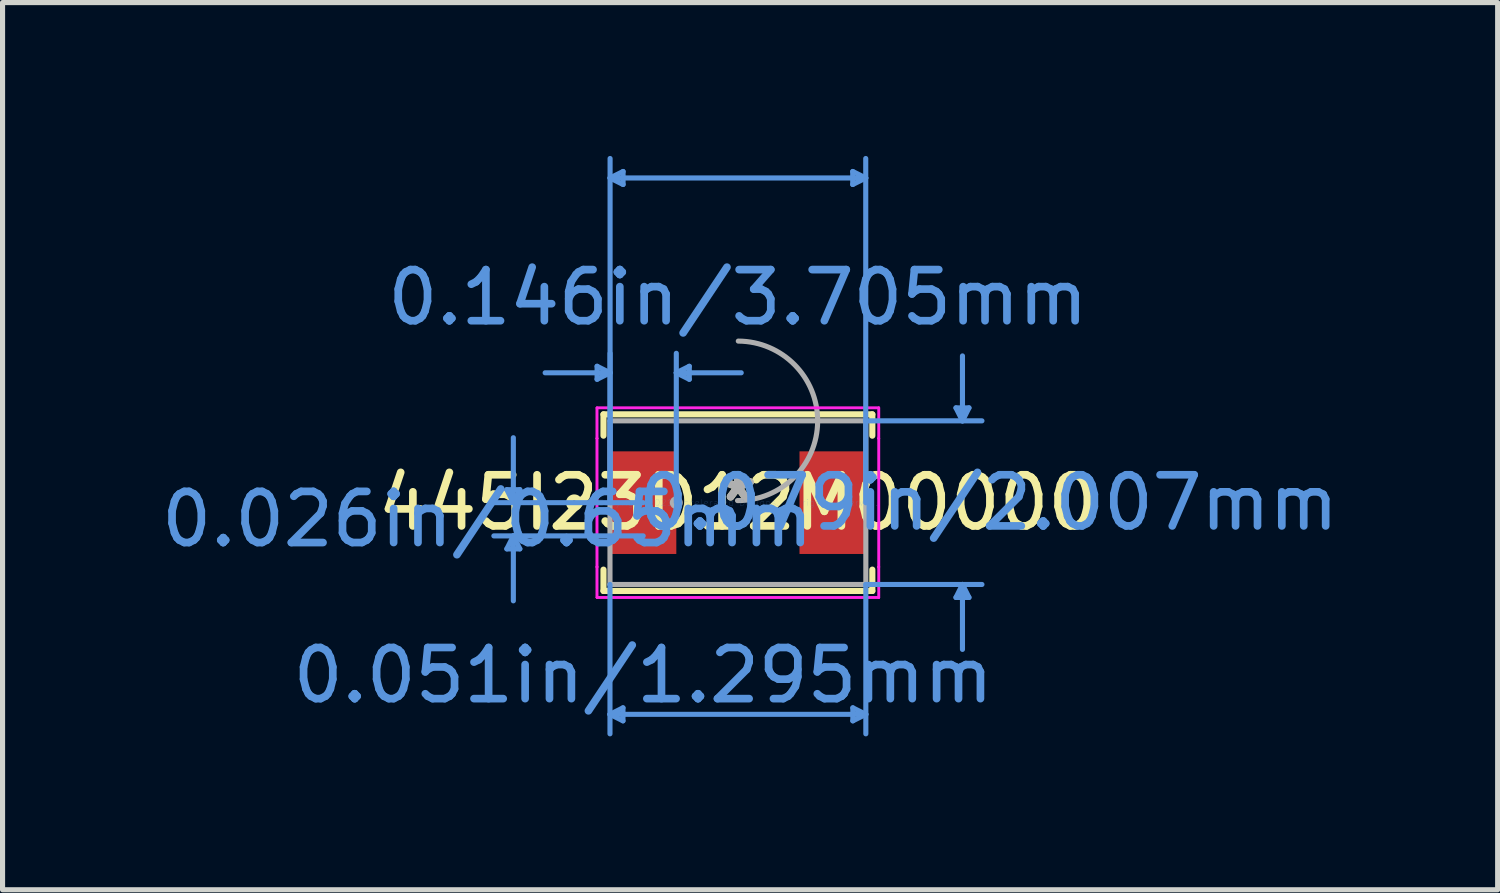
<source format=kicad_pcb>
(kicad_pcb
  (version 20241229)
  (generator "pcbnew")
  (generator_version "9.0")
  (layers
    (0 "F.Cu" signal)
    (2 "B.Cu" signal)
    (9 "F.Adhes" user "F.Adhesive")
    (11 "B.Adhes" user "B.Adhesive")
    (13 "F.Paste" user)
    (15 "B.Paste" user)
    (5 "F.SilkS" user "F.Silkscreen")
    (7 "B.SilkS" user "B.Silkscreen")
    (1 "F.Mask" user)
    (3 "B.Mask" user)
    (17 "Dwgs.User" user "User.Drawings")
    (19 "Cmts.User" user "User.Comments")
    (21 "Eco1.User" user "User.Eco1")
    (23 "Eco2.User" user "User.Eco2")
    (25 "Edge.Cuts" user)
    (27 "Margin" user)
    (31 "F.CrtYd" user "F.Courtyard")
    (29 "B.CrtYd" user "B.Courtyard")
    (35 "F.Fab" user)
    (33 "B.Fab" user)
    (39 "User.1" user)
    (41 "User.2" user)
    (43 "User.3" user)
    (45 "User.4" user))
  (footprint "445I23D12M00000"
    (layer "F.Cu")
    (at 11.382 6.781)
    (property "Reference" "445I23D12M00000" (at 0 0 0) (layer "F.SilkS") (effects (font (size 1 1) (thickness 0.15))))
    (attr through_hole)
    (fp_line (start -2.629 -1.727) (end -2.629 -1.31) (stroke (width 0.12) (type solid)) (layer "F.SilkS"))
    (fp_line (start -2.629 1.31) (end -2.629 1.727) (stroke (width 0.12) (type solid)) (layer "F.SilkS"))
    (fp_line (start -2.629 1.727) (end 2.629 1.727) (stroke (width 0.12) (type solid)) (layer "F.SilkS"))
    (fp_line (start 2.629 -1.727) (end -2.629 -1.727) (stroke (width 0.12) (type solid)) (layer "F.SilkS"))
    (fp_line (start 2.629 -1.31) (end 2.629 -1.727) (stroke (width 0.12) (type solid)) (layer "F.SilkS"))
    (fp_line (start 2.629 1.727) (end 2.629 1.31) (stroke (width 0.12) (type solid)) (layer "F.SilkS"))
    (fp_circle (center -3.201 0) (end -3.099 0) (stroke (width 0.12) (type solid)) (fill no) (layer "F.SilkS"))
    (fp_line (start -4.519 -0.254) (end -4.265 -0.254) (stroke (width 0.1) (type solid)) (layer "Cmts.User"))
    (fp_line (start -4.519 0.904) (end -4.265 0.904) (stroke (width 0.1) (type solid)) (layer "Cmts.User"))
    (fp_line (start -4.392 0) (end -4.519 -0.254) (stroke (width 0.1) (type solid)) (layer "Cmts.User"))
    (fp_line (start -4.392 0) (end -4.392 -1.27) (stroke (width 0.1) (type solid)) (layer "Cmts.User"))
    (fp_line (start -4.392 0) (end -4.265 -0.254) (stroke (width 0.1) (type solid)) (layer "Cmts.User"))
    (fp_line (start -4.392 0.65) (end -4.519 0.904) (stroke (width 0.1) (type solid)) (layer "Cmts.User"))
    (fp_line (start -4.392 0.65) (end -4.392 1.92) (stroke (width 0.1) (type solid)) (layer "Cmts.User"))
    (fp_line (start -4.392 0.65) (end -4.265 0.904) (stroke (width 0.1) (type solid)) (layer "Cmts.User"))
    (fp_line (start -2.754 -2.667) (end -2.754 -2.413) (stroke (width 0.1) (type solid)) (layer "Cmts.User"))
    (fp_line (start -2.502 1.6) (end -2.502 4.521) (stroke (width 0.1) (type solid)) (layer "Cmts.User"))
    (fp_line (start -2.502 4.14) (end -2.248 4.013) (stroke (width 0.1) (type solid)) (layer "Cmts.User"))
    (fp_line (start -2.502 4.14) (end -2.248 4.267) (stroke (width 0.1) (type solid)) (layer "Cmts.User"))
    (fp_line (start -2.502 4.14) (end 2.502 4.14) (stroke (width 0.1) (type solid)) (layer "Cmts.User"))
    (fp_line (start -2.5 -6.35) (end -2.246 -6.477) (stroke (width 0.1) (type solid)) (layer "Cmts.User"))
    (fp_line (start -2.5 -6.35) (end -2.246 -6.223) (stroke (width 0.1) (type solid)) (layer "Cmts.User"))
    (fp_line (start -2.5 -6.35) (end 2.5 -6.35) (stroke (width 0.1) (type solid)) (layer "Cmts.User"))
    (fp_line (start -2.5 -2.54) (end -3.77 -2.54) (stroke (width 0.1) (type solid)) (layer "Cmts.User"))
    (fp_line (start -2.5 -2.54) (end -2.754 -2.667) (stroke (width 0.1) (type solid)) (layer "Cmts.User"))
    (fp_line (start -2.5 -2.54) (end -2.754 -2.413) (stroke (width 0.1) (type solid)) (layer "Cmts.User"))
    (fp_line (start -2.5 0) (end -2.5 -6.731) (stroke (width 0.1) (type solid)) (layer "Cmts.User"))
    (fp_line (start -2.5 0) (end -2.5 -2.921) (stroke (width 0.1) (type solid)) (layer "Cmts.User"))
    (fp_line (start -2.248 4.013) (end -2.248 4.267) (stroke (width 0.1) (type solid)) (layer "Cmts.User"))
    (fp_line (start -2.246 -6.477) (end -2.246 -6.223) (stroke (width 0.1) (type solid)) (layer "Cmts.User"))
    (fp_line (start -1.852 0) (end -4.773 0) (stroke (width 0.1) (type solid)) (layer "Cmts.User"))
    (fp_line (start -1.852 0.65) (end -4.773 0.65) (stroke (width 0.1) (type solid)) (layer "Cmts.User"))
    (fp_line (start -1.205 -2.54) (end -0.951 -2.667) (stroke (width 0.1) (type solid)) (layer "Cmts.User"))
    (fp_line (start -1.205 -2.54) (end -0.951 -2.413) (stroke (width 0.1) (type solid)) (layer "Cmts.User"))
    (fp_line (start -1.205 -2.54) (end 0.065 -2.54) (stroke (width 0.1) (type solid)) (layer "Cmts.User"))
    (fp_line (start -1.205 0) (end -1.205 -2.921) (stroke (width 0.1) (type solid)) (layer "Cmts.User"))
    (fp_line (start -0.951 -2.667) (end -0.951 -2.413) (stroke (width 0.1) (type solid)) (layer "Cmts.User"))
    (fp_line (start 2.246 -6.477) (end 2.246 -6.223) (stroke (width 0.1) (type solid)) (layer "Cmts.User"))
    (fp_line (start 2.248 4.013) (end 2.248 4.267) (stroke (width 0.1) (type solid)) (layer "Cmts.User"))
    (fp_line (start 2.5 -6.35) (end 2.246 -6.477) (stroke (width 0.1) (type solid)) (layer "Cmts.User"))
    (fp_line (start 2.5 -6.35) (end 2.246 -6.223) (stroke (width 0.1) (type solid)) (layer "Cmts.User"))
    (fp_line (start 2.5 0) (end 2.5 -6.731) (stroke (width 0.1) (type solid)) (layer "Cmts.User"))
    (fp_line (start 2.502 -1.6) (end 4.773 -1.6) (stroke (width 0.1) (type solid)) (layer "Cmts.User"))
    (fp_line (start 2.502 1.6) (end 2.502 4.521) (stroke (width 0.1) (type solid)) (layer "Cmts.User"))
    (fp_line (start 2.502 1.6) (end 4.773 1.6) (stroke (width 0.1) (type solid)) (layer "Cmts.User"))
    (fp_line (start 2.502 4.14) (end 2.248 4.013) (stroke (width 0.1) (type solid)) (layer "Cmts.User"))
    (fp_line (start 2.502 4.14) (end 2.248 4.267) (stroke (width 0.1) (type solid)) (layer "Cmts.User"))
    (fp_line (start 4.265 -1.854) (end 4.519 -1.854) (stroke (width 0.1) (type solid)) (layer "Cmts.User"))
    (fp_line (start 4.265 1.854) (end 4.519 1.854) (stroke (width 0.1) (type solid)) (layer "Cmts.User"))
    (fp_line (start 4.392 -1.6) (end 4.265 -1.854) (stroke (width 0.1) (type solid)) (layer "Cmts.User"))
    (fp_line (start 4.392 -1.6) (end 4.392 -2.87) (stroke (width 0.1) (type solid)) (layer "Cmts.User"))
    (fp_line (start 4.392 -1.6) (end 4.519 -1.854) (stroke (width 0.1) (type solid)) (layer "Cmts.User"))
    (fp_line (start 4.392 1.6) (end 4.265 1.854) (stroke (width 0.1) (type solid)) (layer "Cmts.User"))
    (fp_line (start 4.392 1.6) (end 4.392 2.87) (stroke (width 0.1) (type solid)) (layer "Cmts.User"))
    (fp_line (start 4.392 1.6) (end 4.519 1.854) (stroke (width 0.1) (type solid)) (layer "Cmts.User"))
    (fp_line (start -2.756 -1.854) (end 2.756 -1.854) (stroke (width 0.05) (type solid)) (layer "F.CrtYd"))
    (fp_line (start -2.756 -1.854) (end 2.756 -1.854) (stroke (width 0.05) (type solid)) (layer "F.CrtYd"))
    (fp_line (start -2.756 -1.257) (end -2.756 -1.854) (stroke (width 0.05) (type solid)) (layer "F.CrtYd"))
    (fp_line (start -2.756 -1.257) (end -2.756 -1.854) (stroke (width 0.05) (type solid)) (layer "F.CrtYd"))
    (fp_line (start -2.756 -1.257) (end -2.756 -1.257) (stroke (width 0.05) (type solid)) (layer "F.CrtYd"))
    (fp_line (start -2.756 -1.257) (end -2.756 -1.257) (stroke (width 0.05) (type solid)) (layer "F.CrtYd"))
    (fp_line (start -2.756 1.257) (end -2.756 -1.257) (stroke (width 0.05) (type solid)) (layer "F.CrtYd"))
    (fp_line (start -2.756 1.257) (end -2.756 -1.257) (stroke (width 0.05) (type solid)) (layer "F.CrtYd"))
    (fp_line (start -2.756 1.257) (end -2.756 1.257) (stroke (width 0.05) (type solid)) (layer "F.CrtYd"))
    (fp_line (start -2.756 1.257) (end -2.756 1.257) (stroke (width 0.05) (type solid)) (layer "F.CrtYd"))
    (fp_line (start -2.756 1.854) (end -2.756 1.257) (stroke (width 0.05) (type solid)) (layer "F.CrtYd"))
    (fp_line (start -2.756 1.854) (end -2.756 1.257) (stroke (width 0.05) (type solid)) (layer "F.CrtYd"))
    (fp_line (start 2.756 -1.854) (end 2.756 -1.257) (stroke (width 0.05) (type solid)) (layer "F.CrtYd"))
    (fp_line (start 2.756 -1.854) (end 2.756 -1.257) (stroke (width 0.05) (type solid)) (layer "F.CrtYd"))
    (fp_line (start 2.756 -1.257) (end 2.756 -1.257) (stroke (width 0.05) (type solid)) (layer "F.CrtYd"))
    (fp_line (start 2.756 -1.257) (end 2.756 -1.257) (stroke (width 0.05) (type solid)) (layer "F.CrtYd"))
    (fp_line (start 2.756 -1.257) (end 2.756 1.257) (stroke (width 0.05) (type solid)) (layer "F.CrtYd"))
    (fp_line (start 2.756 -1.257) (end 2.756 1.257) (stroke (width 0.05) (type solid)) (layer "F.CrtYd"))
    (fp_line (start 2.756 1.257) (end 2.756 1.257) (stroke (width 0.05) (type solid)) (layer "F.CrtYd"))
    (fp_line (start 2.756 1.257) (end 2.756 1.257) (stroke (width 0.05) (type solid)) (layer "F.CrtYd"))
    (fp_line (start 2.756 1.257) (end 2.756 1.854) (stroke (width 0.05) (type solid)) (layer "F.CrtYd"))
    (fp_line (start 2.756 1.257) (end 2.756 1.854) (stroke (width 0.05) (type solid)) (layer "F.CrtYd"))
    (fp_line (start 2.756 1.854) (end -2.756 1.854) (stroke (width 0.05) (type solid)) (layer "F.CrtYd"))
    (fp_line (start 2.756 1.854) (end -2.756 1.854) (stroke (width 0.05) (type solid)) (layer "F.CrtYd"))
    (fp_line (start -2.502 -1.6) (end -2.502 1.6) (stroke (width 0.1) (type solid)) (layer "F.Fab"))
    (fp_line (start -2.502 1.6) (end 2.502 1.6) (stroke (width 0.1) (type solid)) (layer "F.Fab"))
    (fp_line (start 2.502 -1.6) (end -2.502 -1.6) (stroke (width 0.1) (type solid)) (layer "F.Fab"))
    (fp_line (start 2.502 1.6) (end 2.502 -1.6) (stroke (width 0.1) (type solid)) (layer "F.Fab"))
    (fp_arc (start 0.007742 -3.159755) (mid 1.559555 -1.592458) (end -0.007742 -0.040645) (stroke (width 0.1) (type solid)) (layer "F.Fab"))
    (fp_circle (center -1.205 0) (end -1.128 0) (stroke (width 0.1) (type solid)) (fill no) (layer "F.Fab"))
    (fp_text user "*" (at 0 0 0) (layer "F.SilkS") (effects (font (size 1 1) (thickness 0.15))))
    (fp_text user "0.026in/0.65mm" (at -4.9 0.325 0) (layer "Cmts.User") (effects (font (size 1 1) (thickness 0.15))))
    (fp_text user "0.079in/2.007mm" (at 4.9 0 0) (layer "Cmts.User") (effects (font (size 1 1) (thickness 0.15))))
    (fp_text user "0.146in/3.705mm" (at 0 -4.013 0) (layer "Cmts.User") (effects (font (size 1 1) (thickness 0.15))))
    (fp_text user "0.051in/1.295mm" (at -1.852 3.378 0) (layer "Cmts.User") (effects (font (size 1 1) (thickness 0.15))))
    (fp_text user "Copyright 2021 Accelerated Designs. All rights reserved." (at 0 0 0) (layer "Cmts.User") (effects (font (size 0.127 0.127) (thickness 0.002))))
    (fp_text user "*" (at 0 0 0) (layer "F.Fab") (effects (font (size 1 1) (thickness 0.15))))
    (pad "1" smd rect (at -1.852 0) (size 1.295 2.007) (layers "F.Cu" "F.Mask" "F.Paste"))
    (pad "2" smd rect (at 1.852 0) (size 1.295 2.007) (layers "F.Cu" "F.Mask" "F.Paste")))
  (gr_rect
    (start -3 -3)
    (end 26.241 14.352)
    (stroke (width 0.1) (type default))
    (fill no)
    (layer "Edge.Cuts")))
</source>
